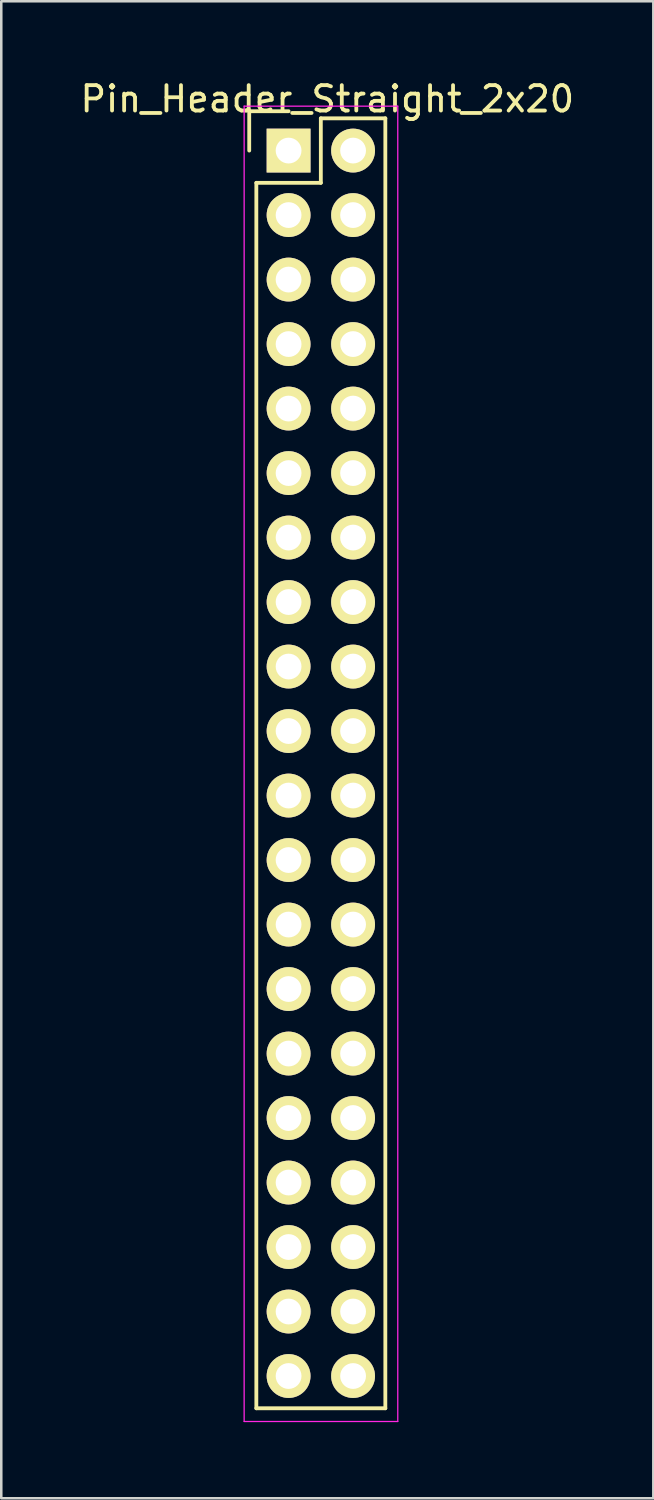
<source format=kicad_pcb>
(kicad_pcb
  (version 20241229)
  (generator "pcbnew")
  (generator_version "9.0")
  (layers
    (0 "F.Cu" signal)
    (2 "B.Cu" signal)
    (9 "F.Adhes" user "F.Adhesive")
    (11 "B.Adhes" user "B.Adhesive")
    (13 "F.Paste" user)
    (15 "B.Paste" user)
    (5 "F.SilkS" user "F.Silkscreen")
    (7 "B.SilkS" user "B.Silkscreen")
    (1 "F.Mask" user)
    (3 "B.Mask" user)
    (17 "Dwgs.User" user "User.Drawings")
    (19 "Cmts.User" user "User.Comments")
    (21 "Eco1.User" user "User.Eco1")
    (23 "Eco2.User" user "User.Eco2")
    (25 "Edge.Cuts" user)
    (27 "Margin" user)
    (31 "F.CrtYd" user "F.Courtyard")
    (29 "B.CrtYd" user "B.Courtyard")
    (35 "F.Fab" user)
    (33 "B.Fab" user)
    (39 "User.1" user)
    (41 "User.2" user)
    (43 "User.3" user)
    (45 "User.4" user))
  (footprint "Pin_Header_Straight_2x20"
    (layer "F.Cu")
    (at 8.315 2.88)
    (property "Reference" "Pin_Header_Straight_2x20" (at 1.524 -2.032 0) (layer "F.SilkS") (effects (font (size 1 1) (thickness 0.15))))
    (attr through_hole)
    (fp_line (start -1.55 -1.55) (end -1.55 0) (stroke (width 0.15) (type solid)) (layer "F.SilkS"))
    (fp_line (start -1.27 1.27) (end -1.27 49.53) (stroke (width 0.15) (type solid)) (layer "F.SilkS"))
    (fp_line (start 0 -1.55) (end -1.55 -1.55) (stroke (width 0.15) (type solid)) (layer "F.SilkS"))
    (fp_line (start 1.27 -1.27) (end 1.27 1.27) (stroke (width 0.15) (type solid)) (layer "F.SilkS"))
    (fp_line (start 1.27 1.27) (end -1.27 1.27) (stroke (width 0.15) (type solid)) (layer "F.SilkS"))
    (fp_line (start 3.81 -1.27) (end 1.27 -1.27) (stroke (width 0.15) (type solid)) (layer "F.SilkS"))
    (fp_line (start 3.81 49.53) (end -1.27 49.53) (stroke (width 0.15) (type solid)) (layer "F.SilkS"))
    (fp_line (start 3.81 49.53) (end 3.81 -1.27) (stroke (width 0.15) (type solid)) (layer "F.SilkS"))
    (fp_line (start -1.75 -1.75) (end -1.75 50.05) (stroke (width 0.05) (type solid)) (layer "F.CrtYd"))
    (fp_line (start -1.75 -1.75) (end 4.3 -1.75) (stroke (width 0.05) (type solid)) (layer "F.CrtYd"))
    (fp_line (start -1.75 50.05) (end 4.3 50.05) (stroke (width 0.05) (type solid)) (layer "F.CrtYd"))
    (fp_line (start 4.3 -1.75) (end 4.3 50.05) (stroke (width 0.05) (type solid)) (layer "F.CrtYd"))
    (pad "1" thru_hole rect (at 0 0) (size 1.727 1.727) (drill 1.016) (layers "*.Cu" "*.Mask" "F.SilkS"))
    (pad "2" thru_hole oval (at 2.54 0) (size 1.727 1.727) (drill 1.016) (layers "*.Cu" "*.Mask" "F.SilkS"))
    (pad "3" thru_hole oval (at 0 2.54) (size 1.727 1.727) (drill 1.016) (layers "*.Cu" "*.Mask" "F.SilkS"))
    (pad "4" thru_hole oval (at 2.54 2.54) (size 1.727 1.727) (drill 1.016) (layers "*.Cu" "*.Mask" "F.SilkS"))
    (pad "5" thru_hole oval (at 0 5.08) (size 1.727 1.727) (drill 1.016) (layers "*.Cu" "*.Mask" "F.SilkS"))
    (pad "6" thru_hole oval (at 2.54 5.08) (size 1.727 1.727) (drill 1.016) (layers "*.Cu" "*.Mask" "F.SilkS"))
    (pad "7" thru_hole oval (at 0 7.62) (size 1.727 1.727) (drill 1.016) (layers "*.Cu" "*.Mask" "F.SilkS"))
    (pad "8" thru_hole oval (at 2.54 7.62) (size 1.727 1.727) (drill 1.016) (layers "*.Cu" "*.Mask" "F.SilkS"))
    (pad "9" thru_hole oval (at 0 10.16) (size 1.727 1.727) (drill 1.016) (layers "*.Cu" "*.Mask" "F.SilkS"))
    (pad "10" thru_hole oval (at 2.54 10.16) (size 1.727 1.727) (drill 1.016) (layers "*.Cu" "*.Mask" "F.SilkS"))
    (pad "11" thru_hole oval (at 0 12.7) (size 1.727 1.727) (drill 1.016) (layers "*.Cu" "*.Mask" "F.SilkS"))
    (pad "12" thru_hole oval (at 2.54 12.7) (size 1.727 1.727) (drill 1.016) (layers "*.Cu" "*.Mask" "F.SilkS"))
    (pad "13" thru_hole oval (at 0 15.24) (size 1.727 1.727) (drill 1.016) (layers "*.Cu" "*.Mask" "F.SilkS"))
    (pad "14" thru_hole oval (at 2.54 15.24) (size 1.727 1.727) (drill 1.016) (layers "*.Cu" "*.Mask" "F.SilkS"))
    (pad "15" thru_hole oval (at 0 17.78) (size 1.727 1.727) (drill 1.016) (layers "*.Cu" "*.Mask" "F.SilkS"))
    (pad "16" thru_hole oval (at 2.54 17.78) (size 1.727 1.727) (drill 1.016) (layers "*.Cu" "*.Mask" "F.SilkS"))
    (pad "17" thru_hole oval (at 0 20.32) (size 1.727 1.727) (drill 1.016) (layers "*.Cu" "*.Mask" "F.SilkS"))
    (pad "18" thru_hole oval (at 2.54 20.32) (size 1.727 1.727) (drill 1.016) (layers "*.Cu" "*.Mask" "F.SilkS"))
    (pad "19" thru_hole oval (at 0 22.86) (size 1.727 1.727) (drill 1.016) (layers "*.Cu" "*.Mask" "F.SilkS"))
    (pad "20" thru_hole oval (at 2.54 22.86) (size 1.727 1.727) (drill 1.016) (layers "*.Cu" "*.Mask" "F.SilkS"))
    (pad "21" thru_hole oval (at 0 25.4) (size 1.727 1.727) (drill 1.016) (layers "*.Cu" "*.Mask" "F.SilkS"))
    (pad "22" thru_hole oval (at 2.54 25.4) (size 1.727 1.727) (drill 1.016) (layers "*.Cu" "*.Mask" "F.SilkS"))
    (pad "23" thru_hole oval (at 0 27.94) (size 1.727 1.727) (drill 1.016) (layers "*.Cu" "*.Mask" "F.SilkS"))
    (pad "24" thru_hole oval (at 2.54 27.94) (size 1.727 1.727) (drill 1.016) (layers "*.Cu" "*.Mask" "F.SilkS"))
    (pad "25" thru_hole oval (at 0 30.48) (size 1.727 1.727) (drill 1.016) (layers "*.Cu" "*.Mask" "F.SilkS"))
    (pad "26" thru_hole oval (at 2.54 30.48) (size 1.727 1.727) (drill 1.016) (layers "*.Cu" "*.Mask" "F.SilkS"))
    (pad "27" thru_hole oval (at 0 33.02) (size 1.727 1.727) (drill 1.016) (layers "*.Cu" "*.Mask" "F.SilkS"))
    (pad "28" thru_hole oval (at 2.54 33.02) (size 1.727 1.727) (drill 1.016) (layers "*.Cu" "*.Mask" "F.SilkS"))
    (pad "29" thru_hole oval (at 0 35.56) (size 1.727 1.727) (drill 1.016) (layers "*.Cu" "*.Mask" "F.SilkS"))
    (pad "30" thru_hole oval (at 2.54 35.56) (size 1.727 1.727) (drill 1.016) (layers "*.Cu" "*.Mask" "F.SilkS"))
    (pad "31" thru_hole oval (at 0 38.1) (size 1.727 1.727) (drill 1.016) (layers "*.Cu" "*.Mask" "F.SilkS"))
    (pad "32" thru_hole oval (at 2.54 38.1) (size 1.727 1.727) (drill 1.016) (layers "*.Cu" "*.Mask" "F.SilkS"))
    (pad "33" thru_hole oval (at 0 40.64) (size 1.727 1.727) (drill 1.016) (layers "*.Cu" "*.Mask" "F.SilkS"))
    (pad "34" thru_hole oval (at 2.54 40.64) (size 1.727 1.727) (drill 1.016) (layers "*.Cu" "*.Mask" "F.SilkS"))
    (pad "35" thru_hole oval (at 0 43.18) (size 1.727 1.727) (drill 1.016) (layers "*.Cu" "*.Mask" "F.SilkS"))
    (pad "36" thru_hole oval (at 2.54 43.18) (size 1.727 1.727) (drill 1.016) (layers "*.Cu" "*.Mask" "F.SilkS"))
    (pad "37" thru_hole oval (at 0 45.72) (size 1.727 1.727) (drill 1.016) (layers "*.Cu" "*.Mask" "F.SilkS"))
    (pad "38" thru_hole oval (at 2.54 45.72) (size 1.727 1.727) (drill 1.016) (layers "*.Cu" "*.Mask" "F.SilkS"))
    (pad "39" thru_hole oval (at 0 48.26) (size 1.727 1.727) (drill 1.016) (layers "*.Cu" "*.Mask" "F.SilkS"))
    (pad "40" thru_hole oval (at 2.54 48.26) (size 1.727 1.727) (drill 1.016) (layers "*.Cu" "*.Mask" "F.SilkS")))
  (gr_rect
    (start -3 -3)
    (end 22.679 55.955)
    (stroke (width 0.1) (type default))
    (fill no)
    (layer "Edge.Cuts")))
</source>
